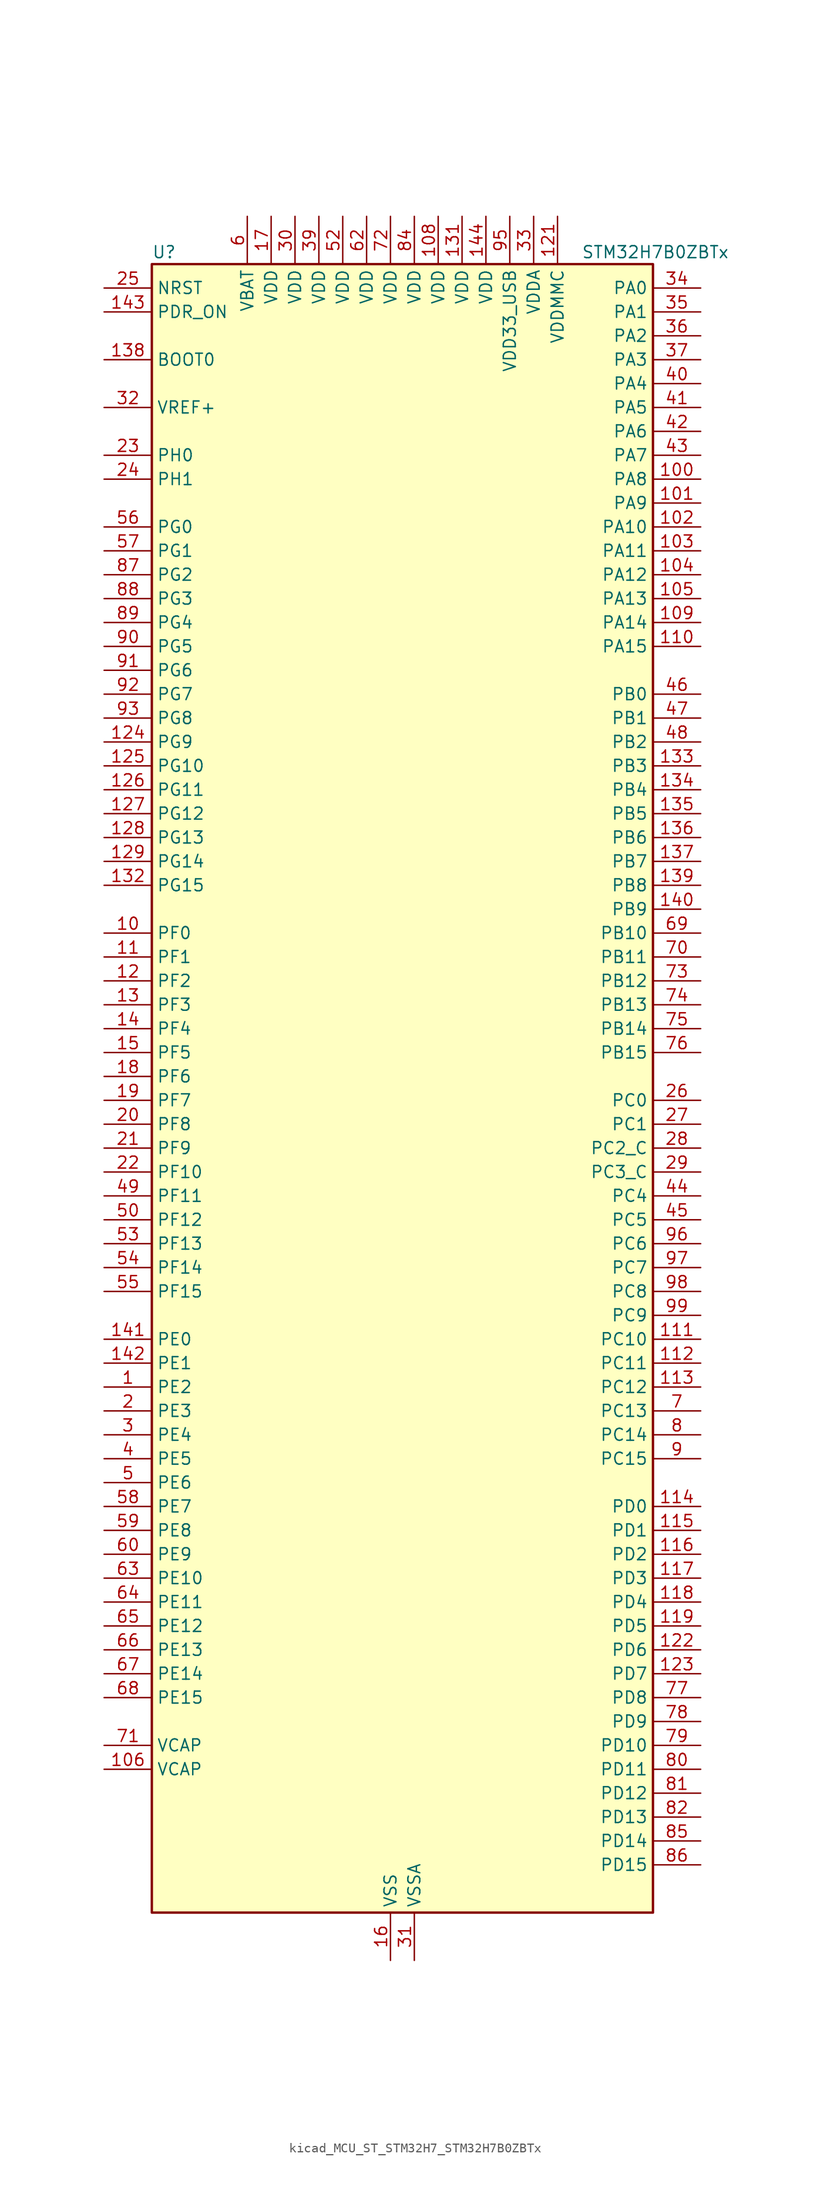
<source format=kicad_sym>
(kicad_symbol_lib
  (version 20220914)
  (generator kicad_symbol_editor)
  (symbol "kicad_MCU_ST_STM32H7_STM32H7B0ZBTx"
    (property "Reference" "U"
      (at -25.4 90.17 0)
      (effects (font (size 1.27 1.27)) (justify left)))
    (property "Value" "STM32H7B0ZBTx"
      (at 20.32 90.17 0)
      (effects (font (size 1.27 1.27)) (justify left)))
    (property "ki_locked" ""
      (at 0 0 0)
      (effects (font (size 1.27 1.27))))
    (symbol "kicad_MCU_ST_STM32H7_STM32H7B0ZBTx_0_1"
      (rectangle (start -25.4 -86.36) (end 27.94 88.9) (stroke (width 0.254) (type default)) (fill (type background))))
    (symbol "kicad_MCU_ST_STM32H7_STM32H7B0ZBTx_1_1"
      (pin bidirectional line (at -30.48 -30.48 0) (length 5.08) (name "PE2" (effects (font (size 1.27 1.27)))) (number "1" (effects (font (size 1.27 1.27)))) (alternate "DEBUG_TRACECLK" bidirectional line) (alternate "FMC_A23" bidirectional line) (alternate "OCTOSPIM_P1_IO2" bidirectional line) (alternate "SAI1_CK1" bidirectional line) (alternate "SAI1_MCLK_A" bidirectional line) (alternate "SPI4_SCK" bidirectional line) (alternate "USART10_RX" bidirectional line))
      (pin bidirectional line (at -30.48 17.78 0) (length 5.08) (name "PF0" (effects (font (size 1.27 1.27)))) (number "10" (effects (font (size 1.27 1.27)))) (alternate "FMC_A0" bidirectional line) (alternate "I2C2_SDA" bidirectional line) (alternate "OCTOSPIM_P2_IO0" bidirectional line))
      (pin bidirectional line (at 33.02 66.04 180) (length 5.08) (name "PA8" (effects (font (size 1.27 1.27)))) (number "100" (effects (font (size 1.27 1.27)))) (alternate "I2C3_SCL" bidirectional line) (alternate "LTDC_B3" bidirectional line) (alternate "LTDC_R6" bidirectional line) (alternate "RCC_MCO_1" bidirectional line) (alternate "TIM1_CH1" bidirectional line) (alternate "TIM8_BKIN2" bidirectional line) (alternate "TIM8_BKIN2_COMP1" bidirectional line) (alternate "TIM8_BKIN2_COMP2" bidirectional line) (alternate "UART7_RX" bidirectional line) (alternate "USART1_CK" bidirectional line) (alternate "USB_OTG_HS_SOF" bidirectional line))
      (pin bidirectional line (at 33.02 63.5 180) (length 5.08) (name "PA9" (effects (font (size 1.27 1.27)))) (number "101" (effects (font (size 1.27 1.27)))) (alternate "DAC1_EXTI9" bidirectional line) (alternate "DCMI_D0" bidirectional line) (alternate "I2C3_SMBA" bidirectional line) (alternate "I2S2_CK" bidirectional line) (alternate "LPUART1_TX" bidirectional line) (alternate "LTDC_R5" bidirectional line) (alternate "PSSI_D0" bidirectional line) (alternate "SPI2_SCK" bidirectional line) (alternate "TIM1_CH2" bidirectional line) (alternate "USART1_TX" bidirectional line) (alternate "USB_OTG_HS_VBUS" bidirectional line))
      (pin bidirectional line (at 33.02 60.96 180) (length 5.08) (name "PA10" (effects (font (size 1.27 1.27)))) (number "102" (effects (font (size 1.27 1.27)))) (alternate "DCMI_D1" bidirectional line) (alternate "LPUART1_RX" bidirectional line) (alternate "LTDC_B1" bidirectional line) (alternate "LTDC_B4" bidirectional line) (alternate "MDIOS_MDIO" bidirectional line) (alternate "PSSI_D1" bidirectional line) (alternate "TIM1_CH3" bidirectional line) (alternate "USART1_RX" bidirectional line) (alternate "USB_OTG_HS_ID" bidirectional line))
      (pin bidirectional line (at 33.02 58.42 180) (length 5.08) (name "PA11" (effects (font (size 1.27 1.27)))) (number "103" (effects (font (size 1.27 1.27)))) (alternate "ADC1_EXTI11" bidirectional line) (alternate "ADC2_EXTI11" bidirectional line) (alternate "FDCAN1_RX" bidirectional line) (alternate "I2S2_WS" bidirectional line) (alternate "LPUART1_CTS" bidirectional line) (alternate "LTDC_R4" bidirectional line) (alternate "SPI2_NSS" bidirectional line) (alternate "TIM1_CH4" bidirectional line) (alternate "UART4_RX" bidirectional line) (alternate "USART1_CTS" bidirectional line) (alternate "USART1_NSS" bidirectional line) (alternate "USB_OTG_HS_DM" bidirectional line))
      (pin bidirectional line (at 33.02 55.88 180) (length 5.08) (name "PA12" (effects (font (size 1.27 1.27)))) (number "104" (effects (font (size 1.27 1.27)))) (alternate "FDCAN1_TX" bidirectional line) (alternate "I2S2_CK" bidirectional line) (alternate "LPUART1_DE" bidirectional line) (alternate "LPUART1_RTS" bidirectional line) (alternate "LTDC_R5" bidirectional line) (alternate "SAI2_FS_B" bidirectional line) (alternate "SPI2_SCK" bidirectional line) (alternate "TIM1_ETR" bidirectional line) (alternate "UART4_TX" bidirectional line) (alternate "USART1_DE" bidirectional line) (alternate "USART1_RTS" bidirectional line) (alternate "USB_OTG_HS_DP" bidirectional line))
      (pin bidirectional line (at 33.02 53.34 180) (length 5.08) (name "PA13" (effects (font (size 1.27 1.27)))) (number "105" (effects (font (size 1.27 1.27)))) (alternate "DEBUG_JTMS-SWDIO" bidirectional line))
      (pin power_out line (at -30.48 -71.12 0) (length 5.08) (name "VCAP" (effects (font (size 1.27 1.27)))) (number "106" (effects (font (size 1.27 1.27)))))
      (pin passive line (at 0 -91.44 90) (length 5.08) hide (name "VSS" (effects (font (size 1.27 1.27)))) (number "107" (effects (font (size 1.27 1.27)))))
      (pin power_in line (at 5.08 93.98 270) (length 5.08) (name "VDD" (effects (font (size 1.27 1.27)))) (number "108" (effects (font (size 1.27 1.27)))))
      (pin bidirectional line (at 33.02 50.8 180) (length 5.08) (name "PA14" (effects (font (size 1.27 1.27)))) (number "109" (effects (font (size 1.27 1.27)))) (alternate "DEBUG_JTCK-SWCLK" bidirectional line))
      (pin bidirectional line (at -30.48 15.24 0) (length 5.08) (name "PF1" (effects (font (size 1.27 1.27)))) (number "11" (effects (font (size 1.27 1.27)))) (alternate "FMC_A1" bidirectional line) (alternate "I2C2_SCL" bidirectional line) (alternate "OCTOSPIM_P2_IO1" bidirectional line))
      (pin bidirectional line (at 33.02 48.26 180) (length 5.08) (name "PA15" (effects (font (size 1.27 1.27)))) (number "110" (effects (font (size 1.27 1.27)))) (alternate "ADC1_EXTI15" bidirectional line) (alternate "ADC2_EXTI15" bidirectional line) (alternate "CEC" bidirectional line) (alternate "DEBUG_JTDI" bidirectional line) (alternate "I2S1_WS" bidirectional line) (alternate "I2S3_WS" bidirectional line) (alternate "I2S6_WS" bidirectional line) (alternate "LTDC_B6" bidirectional line) (alternate "LTDC_R3" bidirectional line) (alternate "SPI1_NSS" bidirectional line) (alternate "SPI3_NSS" bidirectional line) (alternate "SPI6_NSS" bidirectional line) (alternate "TIM2_CH1" bidirectional line) (alternate "TIM2_ETR" bidirectional line) (alternate "UART4_DE" bidirectional line) (alternate "UART4_RTS" bidirectional line) (alternate "UART7_TX" bidirectional line))
      (pin bidirectional line (at 33.02 -25.4 180) (length 5.08) (name "PC10" (effects (font (size 1.27 1.27)))) (number "111" (effects (font (size 1.27 1.27)))) (alternate "DCMI_D8" bidirectional line) (alternate "DFSDM1_CKIN5" bidirectional line) (alternate "DFSDM2_CKIN0" bidirectional line) (alternate "I2S3_CK" bidirectional line) (alternate "LTDC_B1" bidirectional line) (alternate "LTDC_R2" bidirectional line) (alternate "OCTOSPIM_P1_IO1" bidirectional line) (alternate "PSSI_D8" bidirectional line) (alternate "SDMMC1_D2" bidirectional line) (alternate "SPI3_SCK" bidirectional line) (alternate "SWPMI1_RX" bidirectional line) (alternate "UART4_TX" bidirectional line) (alternate "USART3_TX" bidirectional line))
      (pin bidirectional line (at 33.02 -27.94 180) (length 5.08) (name "PC11" (effects (font (size 1.27 1.27)))) (number "112" (effects (font (size 1.27 1.27)))) (alternate "ADC1_EXTI11" bidirectional line) (alternate "ADC2_EXTI11" bidirectional line) (alternate "DCMI_D4" bidirectional line) (alternate "DFSDM1_DATIN5" bidirectional line) (alternate "DFSDM2_DATIN0" bidirectional line) (alternate "I2S3_SDI" bidirectional line) (alternate "LTDC_B4" bidirectional line) (alternate "OCTOSPIM_P1_NCS" bidirectional line) (alternate "PSSI_D4" bidirectional line) (alternate "SDMMC1_D3" bidirectional line) (alternate "SPI3_MISO" bidirectional line) (alternate "UART4_RX" bidirectional line) (alternate "USART3_RX" bidirectional line))
      (pin bidirectional line (at 33.02 -30.48 180) (length 5.08) (name "PC12" (effects (font (size 1.27 1.27)))) (number "113" (effects (font (size 1.27 1.27)))) (alternate "DCMI_D9" bidirectional line) (alternate "DEBUG_TRACED3" bidirectional line) (alternate "DFSDM2_CKOUT" bidirectional line) (alternate "I2S3_SDO" bidirectional line) (alternate "I2S6_CK" bidirectional line) (alternate "LTDC_R6" bidirectional line) (alternate "PSSI_D9" bidirectional line) (alternate "SDMMC1_CK" bidirectional line) (alternate "SPI3_MOSI" bidirectional line) (alternate "SPI6_SCK" bidirectional line) (alternate "TIM15_CH1" bidirectional line) (alternate "UART5_TX" bidirectional line) (alternate "USART3_CK" bidirectional line))
      (pin bidirectional line (at 33.02 -43.18 180) (length 5.08) (name "PD0" (effects (font (size 1.27 1.27)))) (number "114" (effects (font (size 1.27 1.27)))) (alternate "DFSDM1_CKIN6" bidirectional line) (alternate "FDCAN1_RX" bidirectional line) (alternate "FMC_D2" bidirectional line) (alternate "FMC_DA2" bidirectional line) (alternate "LTDC_B1" bidirectional line) (alternate "UART4_RX" bidirectional line) (alternate "UART9_CTS" bidirectional line))
      (pin bidirectional line (at 33.02 -45.72 180) (length 5.08) (name "PD1" (effects (font (size 1.27 1.27)))) (number "115" (effects (font (size 1.27 1.27)))) (alternate "DFSDM1_DATIN6" bidirectional line) (alternate "FDCAN1_TX" bidirectional line) (alternate "FMC_D3" bidirectional line) (alternate "FMC_DA3" bidirectional line) (alternate "UART4_TX" bidirectional line))
      (pin bidirectional line (at 33.02 -48.26 180) (length 5.08) (name "PD2" (effects (font (size 1.27 1.27)))) (number "116" (effects (font (size 1.27 1.27)))) (alternate "DCMI_D11" bidirectional line) (alternate "DEBUG_TRACED2" bidirectional line) (alternate "LTDC_B2" bidirectional line) (alternate "LTDC_B7" bidirectional line) (alternate "PSSI_D11" bidirectional line) (alternate "SDMMC1_CMD" bidirectional line) (alternate "TIM15_BKIN" bidirectional line) (alternate "TIM3_ETR" bidirectional line) (alternate "UART5_RX" bidirectional line))
      (pin bidirectional line (at 33.02 -50.8 180) (length 5.08) (name "PD3" (effects (font (size 1.27 1.27)))) (number "117" (effects (font (size 1.27 1.27)))) (alternate "DCMI_D5" bidirectional line) (alternate "DFSDM1_CKOUT" bidirectional line) (alternate "FMC_CLK" bidirectional line) (alternate "I2S2_CK" bidirectional line) (alternate "LTDC_G7" bidirectional line) (alternate "PSSI_D5" bidirectional line) (alternate "SPI2_SCK" bidirectional line) (alternate "USART2_CTS" bidirectional line) (alternate "USART2_NSS" bidirectional line))
      (pin bidirectional line (at 33.02 -53.34 180) (length 5.08) (name "PD4" (effects (font (size 1.27 1.27)))) (number "118" (effects (font (size 1.27 1.27)))) (alternate "FMC_NOE" bidirectional line) (alternate "OCTOSPIM_P1_IO4" bidirectional line) (alternate "USART2_DE" bidirectional line) (alternate "USART2_RTS" bidirectional line))
      (pin bidirectional line (at 33.02 -55.88 180) (length 5.08) (name "PD5" (effects (font (size 1.27 1.27)))) (number "119" (effects (font (size 1.27 1.27)))) (alternate "FMC_NWE" bidirectional line) (alternate "OCTOSPIM_P1_IO5" bidirectional line) (alternate "USART2_TX" bidirectional line))
      (pin bidirectional line (at -30.48 12.7 0) (length 5.08) (name "PF2" (effects (font (size 1.27 1.27)))) (number "12" (effects (font (size 1.27 1.27)))) (alternate "FMC_A2" bidirectional line) (alternate "I2C2_SMBA" bidirectional line) (alternate "OCTOSPIM_P2_IO2" bidirectional line))
      (pin passive line (at 0 -91.44 90) (length 5.08) hide (name "VSS" (effects (font (size 1.27 1.27)))) (number "120" (effects (font (size 1.27 1.27)))))
      (pin power_in line (at 17.78 93.98 270) (length 5.08) (name "VDDMMC" (effects (font (size 1.27 1.27)))) (number "121" (effects (font (size 1.27 1.27)))))
      (pin bidirectional line (at 33.02 -58.42 180) (length 5.08) (name "PD6" (effects (font (size 1.27 1.27)))) (number "122" (effects (font (size 1.27 1.27)))) (alternate "DCMI_D10" bidirectional line) (alternate "DFSDM1_CKIN4" bidirectional line) (alternate "DFSDM1_DATIN1" bidirectional line) (alternate "FMC_NWAIT" bidirectional line) (alternate "I2S3_SDO" bidirectional line) (alternate "LTDC_B2" bidirectional line) (alternate "OCTOSPIM_P1_IO6" bidirectional line) (alternate "PSSI_D10" bidirectional line) (alternate "SAI1_D1" bidirectional line) (alternate "SAI1_SD_A" bidirectional line) (alternate "SDMMC2_CK" bidirectional line) (alternate "SPI3_MOSI" bidirectional line) (alternate "USART2_RX" bidirectional line))
      (pin bidirectional line (at 33.02 -60.96 180) (length 5.08) (name "PD7" (effects (font (size 1.27 1.27)))) (number "123" (effects (font (size 1.27 1.27)))) (alternate "DFSDM1_CKIN1" bidirectional line) (alternate "DFSDM1_DATIN4" bidirectional line) (alternate "FMC_NE1" bidirectional line) (alternate "I2S1_SDO" bidirectional line) (alternate "OCTOSPIM_P1_IO7" bidirectional line) (alternate "SDMMC2_CMD" bidirectional line) (alternate "SPDIFRX_IN0" bidirectional line) (alternate "SPI1_MOSI" bidirectional line) (alternate "USART2_CK" bidirectional line))
      (pin bidirectional line (at -30.48 38.1 0) (length 5.08) (name "PG9" (effects (font (size 1.27 1.27)))) (number "124" (effects (font (size 1.27 1.27)))) (alternate "DAC1_EXTI9" bidirectional line) (alternate "DCMI_VSYNC" bidirectional line) (alternate "FMC_NCE" bidirectional line) (alternate "FMC_NE2" bidirectional line) (alternate "I2S1_SDI" bidirectional line) (alternate "OCTOSPIM_P1_IO6" bidirectional line) (alternate "PSSI_RDY" bidirectional line) (alternate "SAI2_FS_B" bidirectional line) (alternate "SDMMC2_D0" bidirectional line) (alternate "SPDIFRX_IN3" bidirectional line) (alternate "SPI1_MISO" bidirectional line) (alternate "USART6_RX" bidirectional line))
      (pin bidirectional line (at -30.48 35.56 0) (length 5.08) (name "PG10" (effects (font (size 1.27 1.27)))) (number "125" (effects (font (size 1.27 1.27)))) (alternate "DCMI_D2" bidirectional line) (alternate "FMC_NE3" bidirectional line) (alternate "I2S1_WS" bidirectional line) (alternate "LTDC_B2" bidirectional line) (alternate "LTDC_G3" bidirectional line) (alternate "OCTOSPIM_P2_IO6" bidirectional line) (alternate "PSSI_D2" bidirectional line) (alternate "SAI2_SD_B" bidirectional line) (alternate "SDMMC2_D1" bidirectional line) (alternate "SPI1_NSS" bidirectional line))
      (pin bidirectional line (at -30.48 33.02 0) (length 5.08) (name "PG11" (effects (font (size 1.27 1.27)))) (number "126" (effects (font (size 1.27 1.27)))) (alternate "ADC1_EXTI11" bidirectional line) (alternate "ADC2_EXTI11" bidirectional line) (alternate "DCMI_D3" bidirectional line) (alternate "I2S1_CK" bidirectional line) (alternate "LPTIM1_IN2" bidirectional line) (alternate "LTDC_B3" bidirectional line) (alternate "OCTOSPIM_P2_IO7" bidirectional line) (alternate "PSSI_D3" bidirectional line) (alternate "SDMMC2_D2" bidirectional line) (alternate "SPDIFRX_IN0" bidirectional line) (alternate "SPI1_SCK" bidirectional line) (alternate "USART10_RX" bidirectional line))
      (pin bidirectional line (at -30.48 30.48 0) (length 5.08) (name "PG12" (effects (font (size 1.27 1.27)))) (number "127" (effects (font (size 1.27 1.27)))) (alternate "FMC_NE4" bidirectional line) (alternate "I2S6_SDI" bidirectional line) (alternate "LPTIM1_IN1" bidirectional line) (alternate "LTDC_B1" bidirectional line) (alternate "LTDC_B4" bidirectional line) (alternate "OCTOSPIM_P2_NCS" bidirectional line) (alternate "SDMMC2_D3" bidirectional line) (alternate "SPDIFRX_IN1" bidirectional line) (alternate "SPI6_MISO" bidirectional line) (alternate "USART10_TX" bidirectional line) (alternate "USART6_DE" bidirectional line) (alternate "USART6_RTS" bidirectional line))
      (pin bidirectional line (at -30.48 27.94 0) (length 5.08) (name "PG13" (effects (font (size 1.27 1.27)))) (number "128" (effects (font (size 1.27 1.27)))) (alternate "DEBUG_TRACED0" bidirectional line) (alternate "FMC_A24" bidirectional line) (alternate "I2S6_CK" bidirectional line) (alternate "LPTIM1_OUT" bidirectional line) (alternate "LTDC_R0" bidirectional line) (alternate "SDMMC2_D6" bidirectional line) (alternate "SPI6_SCK" bidirectional line) (alternate "USART10_CTS" bidirectional line) (alternate "USART10_NSS" bidirectional line) (alternate "USART6_CTS" bidirectional line) (alternate "USART6_NSS" bidirectional line))
      (pin bidirectional line (at -30.48 25.4 0) (length 5.08) (name "PG14" (effects (font (size 1.27 1.27)))) (number "129" (effects (font (size 1.27 1.27)))) (alternate "DEBUG_TRACED1" bidirectional line) (alternate "FMC_A25" bidirectional line) (alternate "I2S6_SDO" bidirectional line) (alternate "LPTIM1_ETR" bidirectional line) (alternate "LTDC_B0" bidirectional line) (alternate "OCTOSPIM_P1_IO7" bidirectional line) (alternate "SDMMC2_D7" bidirectional line) (alternate "SPI6_MOSI" bidirectional line) (alternate "USART10_DE" bidirectional line) (alternate "USART10_RTS" bidirectional line) (alternate "USART6_TX" bidirectional line))
      (pin bidirectional line (at -30.48 10.16 0) (length 5.08) (name "PF3" (effects (font (size 1.27 1.27)))) (number "13" (effects (font (size 1.27 1.27)))) (alternate "FMC_A3" bidirectional line) (alternate "OCTOSPIM_P2_IO3" bidirectional line))
      (pin passive line (at 0 -91.44 90) (length 5.08) hide (name "VSS" (effects (font (size 1.27 1.27)))) (number "130" (effects (font (size 1.27 1.27)))))
      (pin power_in line (at 7.62 93.98 270) (length 5.08) (name "VDD" (effects (font (size 1.27 1.27)))) (number "131" (effects (font (size 1.27 1.27)))))
      (pin bidirectional line (at -30.48 22.86 0) (length 5.08) (name "PG15" (effects (font (size 1.27 1.27)))) (number "132" (effects (font (size 1.27 1.27)))) (alternate "ADC1_EXTI15" bidirectional line) (alternate "ADC2_EXTI15" bidirectional line) (alternate "DCMI_D13" bidirectional line) (alternate "FMC_SDNCAS" bidirectional line) (alternate "OCTOSPIM_P2_DQS" bidirectional line) (alternate "PSSI_D13" bidirectional line) (alternate "USART10_CK" bidirectional line) (alternate "USART6_CTS" bidirectional line) (alternate "USART6_NSS" bidirectional line))
      (pin bidirectional line (at 33.02 35.56 180) (length 5.08) (name "PB3" (effects (font (size 1.27 1.27)))) (number "133" (effects (font (size 1.27 1.27)))) (alternate "CRS_SYNC" bidirectional line) (alternate "DEBUG_JTDO-SWO" bidirectional line) (alternate "I2S1_CK" bidirectional line) (alternate "I2S3_CK" bidirectional line) (alternate "I2S6_CK" bidirectional line) (alternate "SDMMC2_D2" bidirectional line) (alternate "SPI1_SCK" bidirectional line) (alternate "SPI3_SCK" bidirectional line) (alternate "SPI6_SCK" bidirectional line) (alternate "TIM2_CH2" bidirectional line) (alternate "UART7_RX" bidirectional line))
      (pin bidirectional line (at 33.02 33.02 180) (length 5.08) (name "PB4" (effects (font (size 1.27 1.27)))) (number "134" (effects (font (size 1.27 1.27)))) (alternate "DEBUG_JTRST" bidirectional line) (alternate "I2S1_SDI" bidirectional line) (alternate "I2S2_WS" bidirectional line) (alternate "I2S3_SDI" bidirectional line) (alternate "I2S6_SDI" bidirectional line) (alternate "SDMMC2_D3" bidirectional line) (alternate "SPI1_MISO" bidirectional line) (alternate "SPI2_NSS" bidirectional line) (alternate "SPI3_MISO" bidirectional line) (alternate "SPI6_MISO" bidirectional line) (alternate "TIM16_BKIN" bidirectional line) (alternate "TIM3_CH1" bidirectional line) (alternate "UART7_TX" bidirectional line))
      (pin bidirectional line (at 33.02 30.48 180) (length 5.08) (name "PB5" (effects (font (size 1.27 1.27)))) (number "135" (effects (font (size 1.27 1.27)))) (alternate "DCMI_D10" bidirectional line) (alternate "FDCAN2_RX" bidirectional line) (alternate "FMC_SDCKE1" bidirectional line) (alternate "I2C1_SMBA" bidirectional line) (alternate "I2C4_SMBA" bidirectional line) (alternate "I2S1_SDO" bidirectional line) (alternate "I2S3_SDO" bidirectional line) (alternate "I2S6_SDO" bidirectional line) (alternate "LTDC_B5" bidirectional line) (alternate "PSSI_D10" bidirectional line) (alternate "SPI1_MOSI" bidirectional line) (alternate "SPI3_MOSI" bidirectional line) (alternate "SPI6_MOSI" bidirectional line) (alternate "TIM17_BKIN" bidirectional line) (alternate "TIM3_CH2" bidirectional line) (alternate "UART5_RX" bidirectional line) (alternate "USB_OTG_HS_ULPI_D7" bidirectional line))
      (pin bidirectional line (at 33.02 27.94 180) (length 5.08) (name "PB6" (effects (font (size 1.27 1.27)))) (number "136" (effects (font (size 1.27 1.27)))) (alternate "CEC" bidirectional line) (alternate "DCMI_D5" bidirectional line) (alternate "DFSDM1_DATIN5" bidirectional line) (alternate "FDCAN2_TX" bidirectional line) (alternate "FMC_SDNE1" bidirectional line) (alternate "I2C1_SCL" bidirectional line) (alternate "I2C4_SCL" bidirectional line) (alternate "LPUART1_TX" bidirectional line) (alternate "OCTOSPIM_P1_NCS" bidirectional line) (alternate "PSSI_D5" bidirectional line) (alternate "TIM16_CH1N" bidirectional line) (alternate "TIM4_CH1" bidirectional line) (alternate "UART5_TX" bidirectional line) (alternate "USART1_TX" bidirectional line))
      (pin bidirectional line (at 33.02 25.4 180) (length 5.08) (name "PB7" (effects (font (size 1.27 1.27)))) (number "137" (effects (font (size 1.27 1.27)))) (alternate "DCMI_VSYNC" bidirectional line) (alternate "DFSDM1_CKIN5" bidirectional line) (alternate "FMC_NL" bidirectional line) (alternate "I2C1_SDA" bidirectional line) (alternate "I2C4_SDA" bidirectional line) (alternate "LPUART1_RX" bidirectional line) (alternate "PSSI_RDY" bidirectional line) (alternate "PWR_PVD_IN" bidirectional line) (alternate "TIM17_CH1N" bidirectional line) (alternate "TIM4_CH2" bidirectional line) (alternate "USART1_RX" bidirectional line))
      (pin input line (at -30.48 78.74 0) (length 5.08) (name "BOOT0" (effects (font (size 1.27 1.27)))) (number "138" (effects (font (size 1.27 1.27)))))
      (pin bidirectional line (at 33.02 22.86 180) (length 5.08) (name "PB8" (effects (font (size 1.27 1.27)))) (number "139" (effects (font (size 1.27 1.27)))) (alternate "DCMI_D6" bidirectional line) (alternate "DFSDM1_CKIN7" bidirectional line) (alternate "FDCAN1_RX" bidirectional line) (alternate "I2C1_SCL" bidirectional line) (alternate "I2C4_SCL" bidirectional line) (alternate "LTDC_B6" bidirectional line) (alternate "PSSI_D6" bidirectional line) (alternate "SDMMC1_CKIN" bidirectional line) (alternate "SDMMC1_D4" bidirectional line) (alternate "SDMMC2_D4" bidirectional line) (alternate "TIM16_CH1" bidirectional line) (alternate "TIM4_CH3" bidirectional line) (alternate "UART4_RX" bidirectional line))
      (pin bidirectional line (at -30.48 7.62 0) (length 5.08) (name "PF4" (effects (font (size 1.27 1.27)))) (number "14" (effects (font (size 1.27 1.27)))) (alternate "FMC_A4" bidirectional line) (alternate "OCTOSPIM_P2_CLK" bidirectional line))
      (pin bidirectional line (at 33.02 20.32 180) (length 5.08) (name "PB9" (effects (font (size 1.27 1.27)))) (number "140" (effects (font (size 1.27 1.27)))) (alternate "DAC1_EXTI9" bidirectional line) (alternate "DCMI_D7" bidirectional line) (alternate "DFSDM1_DATIN7" bidirectional line) (alternate "FDCAN1_TX" bidirectional line) (alternate "I2C1_SDA" bidirectional line) (alternate "I2C4_SDA" bidirectional line) (alternate "I2C4_SMBA" bidirectional line) (alternate "I2S2_WS" bidirectional line) (alternate "LTDC_B7" bidirectional line) (alternate "PSSI_D7" bidirectional line) (alternate "SDMMC1_CDIR" bidirectional line) (alternate "SDMMC1_D5" bidirectional line) (alternate "SDMMC2_D5" bidirectional line) (alternate "SPI2_NSS" bidirectional line) (alternate "TIM17_CH1" bidirectional line) (alternate "TIM4_CH4" bidirectional line) (alternate "UART4_TX" bidirectional line))
      (pin bidirectional line (at -30.48 -25.4 0) (length 5.08) (name "PE0" (effects (font (size 1.27 1.27)))) (number "141" (effects (font (size 1.27 1.27)))) (alternate "DCMI_D2" bidirectional line) (alternate "FMC_NBL0" bidirectional line) (alternate "LPTIM1_ETR" bidirectional line) (alternate "LPTIM2_ETR" bidirectional line) (alternate "LTDC_R0" bidirectional line) (alternate "PSSI_D2" bidirectional line) (alternate "SAI2_MCLK_A" bidirectional line) (alternate "TIM4_ETR" bidirectional line) (alternate "UART8_RX" bidirectional line))
      (pin bidirectional line (at -30.48 -27.94 0) (length 5.08) (name "PE1" (effects (font (size 1.27 1.27)))) (number "142" (effects (font (size 1.27 1.27)))) (alternate "DCMI_D3" bidirectional line) (alternate "FMC_NBL1" bidirectional line) (alternate "LPTIM1_IN2" bidirectional line) (alternate "LTDC_R6" bidirectional line) (alternate "PSSI_D3" bidirectional line) (alternate "UART8_TX" bidirectional line))
      (pin input line (at -30.48 83.82 0) (length 5.08) (name "PDR_ON" (effects (font (size 1.27 1.27)))) (number "143" (effects (font (size 1.27 1.27)))))
      (pin power_in line (at 10.16 93.98 270) (length 5.08) (name "VDD" (effects (font (size 1.27 1.27)))) (number "144" (effects (font (size 1.27 1.27)))))
      (pin bidirectional line (at -30.48 5.08 0) (length 5.08) (name "PF5" (effects (font (size 1.27 1.27)))) (number "15" (effects (font (size 1.27 1.27)))) (alternate "FMC_A5" bidirectional line) (alternate "OCTOSPIM_P2_NCLK" bidirectional line))
      (pin power_in line (at 0 -91.44 90) (length 5.08) (name "VSS" (effects (font (size 1.27 1.27)))) (number "16" (effects (font (size 1.27 1.27)))))
      (pin power_in line (at -12.7 93.98 270) (length 5.08) (name "VDD" (effects (font (size 1.27 1.27)))) (number "17" (effects (font (size 1.27 1.27)))))
      (pin bidirectional line (at -30.48 2.54 0) (length 5.08) (name "PF6" (effects (font (size 1.27 1.27)))) (number "18" (effects (font (size 1.27 1.27)))) (alternate "OCTOSPIM_P1_IO3" bidirectional line) (alternate "SAI1_SD_B" bidirectional line) (alternate "SPI5_NSS" bidirectional line) (alternate "TIM16_CH1" bidirectional line) (alternate "UART7_RX" bidirectional line))
      (pin bidirectional line (at -30.48 0 0) (length 5.08) (name "PF7" (effects (font (size 1.27 1.27)))) (number "19" (effects (font (size 1.27 1.27)))) (alternate "OCTOSPIM_P1_IO2" bidirectional line) (alternate "SAI1_MCLK_B" bidirectional line) (alternate "SPI5_SCK" bidirectional line) (alternate "TIM17_CH1" bidirectional line) (alternate "UART7_TX" bidirectional line))
      (pin bidirectional line (at -30.48 -33.02 0) (length 5.08) (name "PE3" (effects (font (size 1.27 1.27)))) (number "2" (effects (font (size 1.27 1.27)))) (alternate "DEBUG_TRACED0" bidirectional line) (alternate "FMC_A19" bidirectional line) (alternate "SAI1_SD_B" bidirectional line) (alternate "TIM15_BKIN" bidirectional line) (alternate "USART10_TX" bidirectional line))
      (pin bidirectional line (at -30.48 -2.54 0) (length 5.08) (name "PF8" (effects (font (size 1.27 1.27)))) (number "20" (effects (font (size 1.27 1.27)))) (alternate "OCTOSPIM_P1_IO0" bidirectional line) (alternate "SAI1_SCK_B" bidirectional line) (alternate "SPI5_MISO" bidirectional line) (alternate "TIM13_CH1" bidirectional line) (alternate "TIM16_CH1N" bidirectional line) (alternate "UART7_DE" bidirectional line) (alternate "UART7_RTS" bidirectional line))
      (pin bidirectional line (at -30.48 -5.08 0) (length 5.08) (name "PF9" (effects (font (size 1.27 1.27)))) (number "21" (effects (font (size 1.27 1.27)))) (alternate "DAC1_EXTI9" bidirectional line) (alternate "OCTOSPIM_P1_IO1" bidirectional line) (alternate "SAI1_FS_B" bidirectional line) (alternate "SPI5_MOSI" bidirectional line) (alternate "TIM14_CH1" bidirectional line) (alternate "TIM17_CH1N" bidirectional line) (alternate "UART7_CTS" bidirectional line))
      (pin bidirectional line (at -30.48 -7.62 0) (length 5.08) (name "PF10" (effects (font (size 1.27 1.27)))) (number "22" (effects (font (size 1.27 1.27)))) (alternate "DCMI_D11" bidirectional line) (alternate "LTDC_DE" bidirectional line) (alternate "OCTOSPIM_P1_CLK" bidirectional line) (alternate "PSSI_D11" bidirectional line) (alternate "PSSI_D15" bidirectional line) (alternate "SAI1_D3" bidirectional line) (alternate "TIM16_BKIN" bidirectional line))
      (pin bidirectional line (at -30.48 68.58 0) (length 5.08) (name "PH0" (effects (font (size 1.27 1.27)))) (number "23" (effects (font (size 1.27 1.27)))) (alternate "RCC_OSC_IN" bidirectional line))
      (pin bidirectional line (at -30.48 66.04 0) (length 5.08) (name "PH1" (effects (font (size 1.27 1.27)))) (number "24" (effects (font (size 1.27 1.27)))) (alternate "RCC_OSC_OUT" bidirectional line))
      (pin input line (at -30.48 86.36 0) (length 5.08) (name "NRST" (effects (font (size 1.27 1.27)))) (number "25" (effects (font (size 1.27 1.27)))))
      (pin bidirectional line (at 33.02 0 180) (length 5.08) (name "PC0" (effects (font (size 1.27 1.27)))) (number "26" (effects (font (size 1.27 1.27)))) (alternate "ADC1_INP10" bidirectional line) (alternate "ADC2_INP10" bidirectional line) (alternate "DFSDM1_CKIN0" bidirectional line) (alternate "DFSDM1_DATIN4" bidirectional line) (alternate "FMC_A25" bidirectional line) (alternate "FMC_SDNWE" bidirectional line) (alternate "LTDC_G2" bidirectional line) (alternate "LTDC_R5" bidirectional line) (alternate "SAI2_FS_B" bidirectional line) (alternate "USB_OTG_HS_ULPI_STP" bidirectional line))
      (pin bidirectional line (at 33.02 -2.54 180) (length 5.08) (name "PC1" (effects (font (size 1.27 1.27)))) (number "27" (effects (font (size 1.27 1.27)))) (alternate "ADC1_INN10" bidirectional line) (alternate "ADC1_INP11" bidirectional line) (alternate "ADC2_INN10" bidirectional line) (alternate "ADC2_INP11" bidirectional line) (alternate "DEBUG_TRACED0" bidirectional line) (alternate "DFSDM1_CKIN4" bidirectional line) (alternate "DFSDM1_DATIN0" bidirectional line) (alternate "I2S2_SDO" bidirectional line) (alternate "LTDC_G5" bidirectional line) (alternate "MDIOS_MDC" bidirectional line) (alternate "OCTOSPIM_P1_IO4" bidirectional line) (alternate "PWR_WKUP6" bidirectional line) (alternate "RTC_TAMP3" bidirectional line) (alternate "SAI1_D1" bidirectional line) (alternate "SAI1_SD_A" bidirectional line) (alternate "SDMMC2_CK" bidirectional line) (alternate "SPI2_MOSI" bidirectional line))
      (pin bidirectional line (at 33.02 -5.08 180) (length 5.08) (name "PC2_C" (effects (font (size 1.27 1.27)))) (number "28" (effects (font (size 1.27 1.27)))) (alternate "ADC2_INN1" bidirectional line) (alternate "ADC2_INP0" bidirectional line) (alternate "DFSDM1_CKIN1" bidirectional line) (alternate "DFSDM1_CKOUT" bidirectional line) (alternate "FMC_SDNE0" bidirectional line) (alternate "I2S2_SDI" bidirectional line) (alternate "OCTOSPIM_P1_IO2" bidirectional line) (alternate "OCTOSPIM_P1_IO5" bidirectional line) (alternate "PWR_CSTOP" bidirectional line) (alternate "SPI2_MISO" bidirectional line) (alternate "USB_OTG_HS_ULPI_DIR" bidirectional line))
      (pin bidirectional line (at 33.02 -7.62 180) (length 5.08) (name "PC3_C" (effects (font (size 1.27 1.27)))) (number "29" (effects (font (size 1.27 1.27)))) (alternate "ADC2_INP1" bidirectional line) (alternate "DFSDM1_DATIN1" bidirectional line) (alternate "FMC_SDCKE0" bidirectional line) (alternate "I2S2_SDO" bidirectional line) (alternate "OCTOSPIM_P1_IO0" bidirectional line) (alternate "OCTOSPIM_P1_IO6" bidirectional line) (alternate "PWR_CSLEEP" bidirectional line) (alternate "SPI2_MOSI" bidirectional line) (alternate "USB_OTG_HS_ULPI_NXT" bidirectional line))
      (pin bidirectional line (at -30.48 -35.56 0) (length 5.08) (name "PE4" (effects (font (size 1.27 1.27)))) (number "3" (effects (font (size 1.27 1.27)))) (alternate "DCMI_D4" bidirectional line) (alternate "DEBUG_TRACED1" bidirectional line) (alternate "DFSDM1_DATIN3" bidirectional line) (alternate "FMC_A20" bidirectional line) (alternate "LTDC_B0" bidirectional line) (alternate "PSSI_D4" bidirectional line) (alternate "SAI1_D2" bidirectional line) (alternate "SAI1_FS_A" bidirectional line) (alternate "SPI4_NSS" bidirectional line) (alternate "TIM15_CH1N" bidirectional line))
      (pin power_in line (at -10.16 93.98 270) (length 5.08) (name "VDD" (effects (font (size 1.27 1.27)))) (number "30" (effects (font (size 1.27 1.27)))))
      (pin power_in line (at 2.54 -91.44 90) (length 5.08) (name "VSSA" (effects (font (size 1.27 1.27)))) (number "31" (effects (font (size 1.27 1.27)))))
      (pin input line (at -30.48 73.66 0) (length 5.08) (name "VREF+" (effects (font (size 1.27 1.27)))) (number "32" (effects (font (size 1.27 1.27)))) (alternate "VREFBUF_OUT" bidirectional line))
      (pin power_in line (at 15.24 93.98 270) (length 5.08) (name "VDDA" (effects (font (size 1.27 1.27)))) (number "33" (effects (font (size 1.27 1.27)))))
      (pin bidirectional line (at 33.02 86.36 180) (length 5.08) (name "PA0" (effects (font (size 1.27 1.27)))) (number "34" (effects (font (size 1.27 1.27)))) (alternate "ADC1_INP16" bidirectional line) (alternate "I2S6_WS" bidirectional line) (alternate "PWR_WKUP1" bidirectional line) (alternate "SAI2_SD_B" bidirectional line) (alternate "SDMMC2_CMD" bidirectional line) (alternate "SPI6_NSS" bidirectional line) (alternate "TIM15_BKIN" bidirectional line) (alternate "TIM2_CH1" bidirectional line) (alternate "TIM2_ETR" bidirectional line) (alternate "TIM5_CH1" bidirectional line) (alternate "TIM8_ETR" bidirectional line) (alternate "UART4_TX" bidirectional line) (alternate "USART2_CTS" bidirectional line) (alternate "USART2_NSS" bidirectional line))
      (pin bidirectional line (at 33.02 83.82 180) (length 5.08) (name "PA1" (effects (font (size 1.27 1.27)))) (number "35" (effects (font (size 1.27 1.27)))) (alternate "ADC1_INN16" bidirectional line) (alternate "ADC1_INP17" bidirectional line) (alternate "LPTIM3_OUT" bidirectional line) (alternate "LTDC_R2" bidirectional line) (alternate "OCTOSPIM_P1_DQS" bidirectional line) (alternate "OCTOSPIM_P1_IO3" bidirectional line) (alternate "SAI2_MCLK_B" bidirectional line) (alternate "TIM15_CH1N" bidirectional line) (alternate "TIM2_CH2" bidirectional line) (alternate "TIM5_CH2" bidirectional line) (alternate "UART4_RX" bidirectional line) (alternate "USART2_DE" bidirectional line) (alternate "USART2_RTS" bidirectional line))
      (pin bidirectional line (at 33.02 81.28 180) (length 5.08) (name "PA2" (effects (font (size 1.27 1.27)))) (number "36" (effects (font (size 1.27 1.27)))) (alternate "ADC1_INP14" bidirectional line) (alternate "DFSDM2_CKIN1" bidirectional line) (alternate "LTDC_R1" bidirectional line) (alternate "MDIOS_MDIO" bidirectional line) (alternate "PWR_WKUP2" bidirectional line) (alternate "SAI2_SCK_B" bidirectional line) (alternate "TIM15_CH1" bidirectional line) (alternate "TIM2_CH3" bidirectional line) (alternate "TIM5_CH3" bidirectional line) (alternate "USART2_TX" bidirectional line))
      (pin bidirectional line (at 33.02 78.74 180) (length 5.08) (name "PA3" (effects (font (size 1.27 1.27)))) (number "37" (effects (font (size 1.27 1.27)))) (alternate "ADC1_INP15" bidirectional line) (alternate "I2S6_MCK" bidirectional line) (alternate "LTDC_B2" bidirectional line) (alternate "LTDC_B5" bidirectional line) (alternate "OCTOSPIM_P1_CLK" bidirectional line) (alternate "TIM15_CH2" bidirectional line) (alternate "TIM2_CH4" bidirectional line) (alternate "TIM5_CH4" bidirectional line) (alternate "USART2_RX" bidirectional line) (alternate "USB_OTG_HS_ULPI_D0" bidirectional line))
      (pin passive line (at 0 -91.44 90) (length 5.08) hide (name "VSS" (effects (font (size 1.27 1.27)))) (number "38" (effects (font (size 1.27 1.27)))))
      (pin power_in line (at -7.62 93.98 270) (length 5.08) (name "VDD" (effects (font (size 1.27 1.27)))) (number "39" (effects (font (size 1.27 1.27)))))
      (pin bidirectional line (at -30.48 -38.1 0) (length 5.08) (name "PE5" (effects (font (size 1.27 1.27)))) (number "4" (effects (font (size 1.27 1.27)))) (alternate "DCMI_D6" bidirectional line) (alternate "DEBUG_TRACED2" bidirectional line) (alternate "DFSDM1_CKIN3" bidirectional line) (alternate "FMC_A21" bidirectional line) (alternate "LTDC_G0" bidirectional line) (alternate "PSSI_D6" bidirectional line) (alternate "SAI1_CK2" bidirectional line) (alternate "SAI1_SCK_A" bidirectional line) (alternate "SPI4_MISO" bidirectional line) (alternate "TIM15_CH1" bidirectional line))
      (pin bidirectional line (at 33.02 76.2 180) (length 5.08) (name "PA4" (effects (font (size 1.27 1.27)))) (number "40" (effects (font (size 1.27 1.27)))) (alternate "ADC1_INP18" bidirectional line) (alternate "DAC1_OUT1" bidirectional line) (alternate "DCMI_HSYNC" bidirectional line) (alternate "I2S1_WS" bidirectional line) (alternate "I2S3_WS" bidirectional line) (alternate "I2S6_WS" bidirectional line) (alternate "LTDC_VSYNC" bidirectional line) (alternate "PSSI_DE" bidirectional line) (alternate "SPI1_NSS" bidirectional line) (alternate "SPI3_NSS" bidirectional line) (alternate "SPI6_NSS" bidirectional line) (alternate "TIM5_ETR" bidirectional line) (alternate "USART2_CK" bidirectional line))
      (pin bidirectional line (at 33.02 73.66 180) (length 5.08) (name "PA5" (effects (font (size 1.27 1.27)))) (number "41" (effects (font (size 1.27 1.27)))) (alternate "ADC1_INN18" bidirectional line) (alternate "ADC1_INP19" bidirectional line) (alternate "DAC1_OUT2" bidirectional line) (alternate "I2S1_CK" bidirectional line) (alternate "I2S6_CK" bidirectional line) (alternate "LTDC_R4" bidirectional line) (alternate "PSSI_D14" bidirectional line) (alternate "PWR_NDSTOP2" bidirectional line) (alternate "SPI1_SCK" bidirectional line) (alternate "SPI6_SCK" bidirectional line) (alternate "TIM2_CH1" bidirectional line) (alternate "TIM2_ETR" bidirectional line) (alternate "TIM8_CH1N" bidirectional line) (alternate "USB_OTG_HS_ULPI_CK" bidirectional line))
      (pin bidirectional line (at 33.02 71.12 180) (length 5.08) (name "PA6" (effects (font (size 1.27 1.27)))) (number "42" (effects (font (size 1.27 1.27)))) (alternate "ADC1_INP3" bidirectional line) (alternate "ADC2_INP3" bidirectional line) (alternate "DAC2_OUT1" bidirectional line) (alternate "DCMI_PIXCLK" bidirectional line) (alternate "I2S1_SDI" bidirectional line) (alternate "I2S6_SDI" bidirectional line) (alternate "LTDC_G2" bidirectional line) (alternate "MDIOS_MDC" bidirectional line) (alternate "OCTOSPIM_P1_IO3" bidirectional line) (alternate "PSSI_PDCK" bidirectional line) (alternate "SPI1_MISO" bidirectional line) (alternate "SPI6_MISO" bidirectional line) (alternate "TIM13_CH1" bidirectional line) (alternate "TIM1_BKIN" bidirectional line) (alternate "TIM1_BKIN_COMP1" bidirectional line) (alternate "TIM1_BKIN_COMP2" bidirectional line) (alternate "TIM3_CH1" bidirectional line) (alternate "TIM8_BKIN" bidirectional line) (alternate "TIM8_BKIN_COMP1" bidirectional line) (alternate "TIM8_BKIN_COMP2" bidirectional line))
      (pin bidirectional line (at 33.02 68.58 180) (length 5.08) (name "PA7" (effects (font (size 1.27 1.27)))) (number "43" (effects (font (size 1.27 1.27)))) (alternate "ADC1_INN3" bidirectional line) (alternate "ADC1_INP7" bidirectional line) (alternate "ADC2_INN3" bidirectional line) (alternate "ADC2_INP7" bidirectional line) (alternate "DFSDM2_DATIN1" bidirectional line) (alternate "FMC_SDNWE" bidirectional line) (alternate "I2S1_SDO" bidirectional line) (alternate "I2S6_SDO" bidirectional line) (alternate "LTDC_VSYNC" bidirectional line) (alternate "OCTOSPIM_P1_IO2" bidirectional line) (alternate "OPAMP1_VINM" bidirectional line) (alternate "SPI1_MOSI" bidirectional line) (alternate "SPI6_MOSI" bidirectional line) (alternate "TIM14_CH1" bidirectional line) (alternate "TIM1_CH1N" bidirectional line) (alternate "TIM3_CH2" bidirectional line) (alternate "TIM8_CH1N" bidirectional line))
      (pin bidirectional line (at 33.02 -10.16 180) (length 5.08) (name "PC4" (effects (font (size 1.27 1.27)))) (number "44" (effects (font (size 1.27 1.27)))) (alternate "ADC1_INP4" bidirectional line) (alternate "ADC2_INP4" bidirectional line) (alternate "COMP1_INM" bidirectional line) (alternate "DFSDM1_CKIN2" bidirectional line) (alternate "FMC_SDNE0" bidirectional line) (alternate "I2S1_MCK" bidirectional line) (alternate "LTDC_R7" bidirectional line) (alternate "OPAMP1_VOUT" bidirectional line) (alternate "SPDIFRX_IN2" bidirectional line))
      (pin bidirectional line (at 33.02 -12.7 180) (length 5.08) (name "PC5" (effects (font (size 1.27 1.27)))) (number "45" (effects (font (size 1.27 1.27)))) (alternate "ADC1_INN4" bidirectional line) (alternate "ADC1_INP8" bidirectional line) (alternate "ADC2_INN4" bidirectional line) (alternate "ADC2_INP8" bidirectional line) (alternate "COMP1_OUT" bidirectional line) (alternate "DFSDM1_DATIN2" bidirectional line) (alternate "FMC_SDCKE0" bidirectional line) (alternate "LTDC_DE" bidirectional line) (alternate "OCTOSPIM_P1_DQS" bidirectional line) (alternate "OPAMP1_VINM" bidirectional line) (alternate "PSSI_D15" bidirectional line) (alternate "SAI1_D3" bidirectional line) (alternate "SPDIFRX_IN3" bidirectional line))
      (pin bidirectional line (at 33.02 43.18 180) (length 5.08) (name "PB0" (effects (font (size 1.27 1.27)))) (number "46" (effects (font (size 1.27 1.27)))) (alternate "ADC1_INN5" bidirectional line) (alternate "ADC1_INP9" bidirectional line) (alternate "ADC2_INN5" bidirectional line) (alternate "ADC2_INP9" bidirectional line) (alternate "COMP1_INP" bidirectional line) (alternate "DFSDM1_CKOUT" bidirectional line) (alternate "DFSDM2_CKOUT" bidirectional line) (alternate "LTDC_G1" bidirectional line) (alternate "LTDC_R3" bidirectional line) (alternate "OCTOSPIM_P1_IO1" bidirectional line) (alternate "OPAMP1_VINP" bidirectional line) (alternate "TIM1_CH2N" bidirectional line) (alternate "TIM3_CH3" bidirectional line) (alternate "TIM8_CH2N" bidirectional line) (alternate "UART4_CTS" bidirectional line) (alternate "USB_OTG_HS_ULPI_D1" bidirectional line))
      (pin bidirectional line (at 33.02 40.64 180) (length 5.08) (name "PB1" (effects (font (size 1.27 1.27)))) (number "47" (effects (font (size 1.27 1.27)))) (alternate "ADC1_INP5" bidirectional line) (alternate "ADC2_INP5" bidirectional line) (alternate "COMP1_INM" bidirectional line) (alternate "DFSDM1_DATIN1" bidirectional line) (alternate "LTDC_G0" bidirectional line) (alternate "LTDC_R6" bidirectional line) (alternate "OCTOSPIM_P1_IO0" bidirectional line) (alternate "TIM1_CH3N" bidirectional line) (alternate "TIM3_CH4" bidirectional line) (alternate "TIM8_CH3N" bidirectional line) (alternate "USB_OTG_HS_ULPI_D2" bidirectional line))
      (pin bidirectional line (at 33.02 38.1 180) (length 5.08) (name "PB2" (effects (font (size 1.27 1.27)))) (number "48" (effects (font (size 1.27 1.27)))) (alternate "COMP1_INP" bidirectional line) (alternate "DFSDM1_CKIN1" bidirectional line) (alternate "I2S3_SDO" bidirectional line) (alternate "OCTOSPIM_P1_CLK" bidirectional line) (alternate "OCTOSPIM_P1_DQS" bidirectional line) (alternate "RTC_OUT_ALARM" bidirectional line) (alternate "RTC_OUT_CALIB" bidirectional line) (alternate "SAI1_D1" bidirectional line) (alternate "SAI1_SD_A" bidirectional line) (alternate "SPI3_MOSI" bidirectional line))
      (pin bidirectional line (at -30.48 -10.16 0) (length 5.08) (name "PF11" (effects (font (size 1.27 1.27)))) (number "49" (effects (font (size 1.27 1.27)))) (alternate "ADC1_EXTI11" bidirectional line) (alternate "ADC1_INP2" bidirectional line) (alternate "ADC2_EXTI11" bidirectional line) (alternate "DCMI_D12" bidirectional line) (alternate "FMC_SDNRAS" bidirectional line) (alternate "OCTOSPIM_P1_NCLK" bidirectional line) (alternate "PSSI_D12" bidirectional line) (alternate "SAI2_SD_B" bidirectional line) (alternate "SPI5_MOSI" bidirectional line))
      (pin bidirectional line (at -30.48 -40.64 0) (length 5.08) (name "PE6" (effects (font (size 1.27 1.27)))) (number "5" (effects (font (size 1.27 1.27)))) (alternate "DCMI_D7" bidirectional line) (alternate "DEBUG_TRACED3" bidirectional line) (alternate "FMC_A22" bidirectional line) (alternate "LTDC_G1" bidirectional line) (alternate "PSSI_D7" bidirectional line) (alternate "SAI1_D1" bidirectional line) (alternate "SAI1_SD_A" bidirectional line) (alternate "SAI2_MCLK_B" bidirectional line) (alternate "SPI4_MOSI" bidirectional line) (alternate "TIM15_CH2" bidirectional line) (alternate "TIM1_BKIN2" bidirectional line) (alternate "TIM1_BKIN2_COMP1" bidirectional line) (alternate "TIM1_BKIN2_COMP2" bidirectional line))
      (pin bidirectional line (at -30.48 -12.7 0) (length 5.08) (name "PF12" (effects (font (size 1.27 1.27)))) (number "50" (effects (font (size 1.27 1.27)))) (alternate "ADC1_INN2" bidirectional line) (alternate "ADC1_INP6" bidirectional line) (alternate "FMC_A6" bidirectional line) (alternate "OCTOSPIM_P2_DQS" bidirectional line))
      (pin passive line (at 0 -91.44 90) (length 5.08) hide (name "VSS" (effects (font (size 1.27 1.27)))) (number "51" (effects (font (size 1.27 1.27)))))
      (pin power_in line (at -5.08 93.98 270) (length 5.08) (name "VDD" (effects (font (size 1.27 1.27)))) (number "52" (effects (font (size 1.27 1.27)))))
      (pin bidirectional line (at -30.48 -15.24 0) (length 5.08) (name "PF13" (effects (font (size 1.27 1.27)))) (number "53" (effects (font (size 1.27 1.27)))) (alternate "ADC2_INP2" bidirectional line) (alternate "DFSDM1_DATIN6" bidirectional line) (alternate "FMC_A7" bidirectional line) (alternate "I2C4_SMBA" bidirectional line))
      (pin bidirectional line (at -30.48 -17.78 0) (length 5.08) (name "PF14" (effects (font (size 1.27 1.27)))) (number "54" (effects (font (size 1.27 1.27)))) (alternate "ADC2_INN2" bidirectional line) (alternate "ADC2_INP6" bidirectional line) (alternate "DFSDM1_CKIN6" bidirectional line) (alternate "FMC_A8" bidirectional line) (alternate "I2C4_SCL" bidirectional line))
      (pin bidirectional line (at -30.48 -20.32 0) (length 5.08) (name "PF15" (effects (font (size 1.27 1.27)))) (number "55" (effects (font (size 1.27 1.27)))) (alternate "ADC1_EXTI15" bidirectional line) (alternate "ADC2_EXTI15" bidirectional line) (alternate "FMC_A9" bidirectional line) (alternate "I2C4_SDA" bidirectional line))
      (pin bidirectional line (at -30.48 60.96 0) (length 5.08) (name "PG0" (effects (font (size 1.27 1.27)))) (number "56" (effects (font (size 1.27 1.27)))) (alternate "FMC_A10" bidirectional line) (alternate "OCTOSPIM_P2_IO4" bidirectional line) (alternate "UART9_RX" bidirectional line))
      (pin bidirectional line (at -30.48 58.42 0) (length 5.08) (name "PG1" (effects (font (size 1.27 1.27)))) (number "57" (effects (font (size 1.27 1.27)))) (alternate "FMC_A11" bidirectional line) (alternate "OCTOSPIM_P2_IO5" bidirectional line) (alternate "OPAMP2_VINM" bidirectional line) (alternate "UART9_TX" bidirectional line))
      (pin bidirectional line (at -30.48 -43.18 0) (length 5.08) (name "PE7" (effects (font (size 1.27 1.27)))) (number "58" (effects (font (size 1.27 1.27)))) (alternate "COMP2_INM" bidirectional line) (alternate "DFSDM1_DATIN2" bidirectional line) (alternate "FMC_D4" bidirectional line) (alternate "FMC_DA4" bidirectional line) (alternate "OCTOSPIM_P1_IO4" bidirectional line) (alternate "OPAMP2_VOUT" bidirectional line) (alternate "TIM1_ETR" bidirectional line) (alternate "UART7_RX" bidirectional line))
      (pin bidirectional line (at -30.48 -45.72 0) (length 5.08) (name "PE8" (effects (font (size 1.27 1.27)))) (number "59" (effects (font (size 1.27 1.27)))) (alternate "COMP2_OUT" bidirectional line) (alternate "DFSDM1_CKIN2" bidirectional line) (alternate "FMC_D5" bidirectional line) (alternate "FMC_DA5" bidirectional line) (alternate "OCTOSPIM_P1_IO5" bidirectional line) (alternate "OPAMP2_VINM" bidirectional line) (alternate "TIM1_CH1N" bidirectional line) (alternate "UART7_TX" bidirectional line))
      (pin power_in line (at -15.24 93.98 270) (length 5.08) (name "VBAT" (effects (font (size 1.27 1.27)))) (number "6" (effects (font (size 1.27 1.27)))))
      (pin bidirectional line (at -30.48 -48.26 0) (length 5.08) (name "PE9" (effects (font (size 1.27 1.27)))) (number "60" (effects (font (size 1.27 1.27)))) (alternate "COMP2_INP" bidirectional line) (alternate "DAC1_EXTI9" bidirectional line) (alternate "DFSDM1_CKOUT" bidirectional line) (alternate "FMC_D6" bidirectional line) (alternate "FMC_DA6" bidirectional line) (alternate "OCTOSPIM_P1_IO6" bidirectional line) (alternate "OPAMP2_VINP" bidirectional line) (alternate "TIM1_CH1" bidirectional line) (alternate "UART7_DE" bidirectional line) (alternate "UART7_RTS" bidirectional line))
      (pin passive line (at 0 -91.44 90) (length 5.08) hide (name "VSS" (effects (font (size 1.27 1.27)))) (number "61" (effects (font (size 1.27 1.27)))))
      (pin power_in line (at -2.54 93.98 270) (length 5.08) (name "VDD" (effects (font (size 1.27 1.27)))) (number "62" (effects (font (size 1.27 1.27)))))
      (pin bidirectional line (at -30.48 -50.8 0) (length 5.08) (name "PE10" (effects (font (size 1.27 1.27)))) (number "63" (effects (font (size 1.27 1.27)))) (alternate "COMP2_INM" bidirectional line) (alternate "DFSDM1_DATIN4" bidirectional line) (alternate "FMC_D7" bidirectional line) (alternate "FMC_DA7" bidirectional line) (alternate "OCTOSPIM_P1_IO7" bidirectional line) (alternate "TIM1_CH2N" bidirectional line) (alternate "UART7_CTS" bidirectional line))
      (pin bidirectional line (at -30.48 -53.34 0) (length 5.08) (name "PE11" (effects (font (size 1.27 1.27)))) (number "64" (effects (font (size 1.27 1.27)))) (alternate "ADC1_EXTI11" bidirectional line) (alternate "ADC2_EXTI11" bidirectional line) (alternate "COMP2_INP" bidirectional line) (alternate "DFSDM1_CKIN4" bidirectional line) (alternate "FMC_D8" bidirectional line) (alternate "FMC_DA8" bidirectional line) (alternate "LTDC_G3" bidirectional line) (alternate "OCTOSPIM_P1_NCS" bidirectional line) (alternate "SAI2_SD_B" bidirectional line) (alternate "SPI4_NSS" bidirectional line) (alternate "TIM1_CH2" bidirectional line))
      (pin bidirectional line (at -30.48 -55.88 0) (length 5.08) (name "PE12" (effects (font (size 1.27 1.27)))) (number "65" (effects (font (size 1.27 1.27)))) (alternate "COMP1_OUT" bidirectional line) (alternate "DFSDM1_DATIN5" bidirectional line) (alternate "FMC_D9" bidirectional line) (alternate "FMC_DA9" bidirectional line) (alternate "LTDC_B4" bidirectional line) (alternate "SAI2_SCK_B" bidirectional line) (alternate "SPI4_SCK" bidirectional line) (alternate "TIM1_CH3N" bidirectional line))
      (pin bidirectional line (at -30.48 -58.42 0) (length 5.08) (name "PE13" (effects (font (size 1.27 1.27)))) (number "66" (effects (font (size 1.27 1.27)))) (alternate "COMP2_OUT" bidirectional line) (alternate "DFSDM1_CKIN5" bidirectional line) (alternate "FMC_D10" bidirectional line) (alternate "FMC_DA10" bidirectional line) (alternate "LTDC_DE" bidirectional line) (alternate "SAI2_FS_B" bidirectional line) (alternate "SPI4_MISO" bidirectional line) (alternate "TIM1_CH3" bidirectional line))
      (pin bidirectional line (at -30.48 -60.96 0) (length 5.08) (name "PE14" (effects (font (size 1.27 1.27)))) (number "67" (effects (font (size 1.27 1.27)))) (alternate "FMC_D11" bidirectional line) (alternate "FMC_DA11" bidirectional line) (alternate "LTDC_CLK" bidirectional line) (alternate "SAI2_MCLK_B" bidirectional line) (alternate "SPI4_MOSI" bidirectional line) (alternate "TIM1_CH4" bidirectional line))
      (pin bidirectional line (at -30.48 -63.5 0) (length 5.08) (name "PE15" (effects (font (size 1.27 1.27)))) (number "68" (effects (font (size 1.27 1.27)))) (alternate "ADC1_EXTI15" bidirectional line) (alternate "ADC2_EXTI15" bidirectional line) (alternate "FMC_D12" bidirectional line) (alternate "FMC_DA12" bidirectional line) (alternate "LTDC_R7" bidirectional line) (alternate "TIM1_BKIN" bidirectional line) (alternate "TIM1_BKIN_COMP1" bidirectional line) (alternate "TIM1_BKIN_COMP2" bidirectional line) (alternate "USART10_CK" bidirectional line))
      (pin bidirectional line (at 33.02 17.78 180) (length 5.08) (name "PB10" (effects (font (size 1.27 1.27)))) (number "69" (effects (font (size 1.27 1.27)))) (alternate "DFSDM1_DATIN7" bidirectional line) (alternate "I2C2_SCL" bidirectional line) (alternate "I2S2_CK" bidirectional line) (alternate "LPTIM2_IN1" bidirectional line) (alternate "LTDC_G4" bidirectional line) (alternate "OCTOSPIM_P1_NCS" bidirectional line) (alternate "SPI2_SCK" bidirectional line) (alternate "TIM2_CH3" bidirectional line) (alternate "USART3_TX" bidirectional line) (alternate "USB_OTG_HS_ULPI_D3" bidirectional line))
      (pin bidirectional line (at 33.02 -33.02 180) (length 5.08) (name "PC13" (effects (font (size 1.27 1.27)))) (number "7" (effects (font (size 1.27 1.27)))) (alternate "PWR_WKUP4" bidirectional line) (alternate "RTC_OUT_ALARM" bidirectional line) (alternate "RTC_OUT_CALIB" bidirectional line) (alternate "RTC_TAMP1" bidirectional line) (alternate "RTC_TS" bidirectional line))
      (pin bidirectional line (at 33.02 15.24 180) (length 5.08) (name "PB11" (effects (font (size 1.27 1.27)))) (number "70" (effects (font (size 1.27 1.27)))) (alternate "ADC1_EXTI11" bidirectional line) (alternate "ADC2_EXTI11" bidirectional line) (alternate "DFSDM1_CKIN7" bidirectional line) (alternate "I2C2_SDA" bidirectional line) (alternate "LPTIM2_ETR" bidirectional line) (alternate "LTDC_G5" bidirectional line) (alternate "TIM2_CH4" bidirectional line) (alternate "USART3_RX" bidirectional line) (alternate "USB_OTG_HS_ULPI_D4" bidirectional line))
      (pin power_out line (at -30.48 -68.58 0) (length 5.08) (name "VCAP" (effects (font (size 1.27 1.27)))) (number "71" (effects (font (size 1.27 1.27)))))
      (pin power_in line (at 0 93.98 270) (length 5.08) (name "VDD" (effects (font (size 1.27 1.27)))) (number "72" (effects (font (size 1.27 1.27)))))
      (pin bidirectional line (at 33.02 12.7 180) (length 5.08) (name "PB12" (effects (font (size 1.27 1.27)))) (number "73" (effects (font (size 1.27 1.27)))) (alternate "DFSDM1_DATIN1" bidirectional line) (alternate "DFSDM2_DATIN1" bidirectional line) (alternate "FDCAN2_RX" bidirectional line) (alternate "I2C2_SMBA" bidirectional line) (alternate "I2S2_WS" bidirectional line) (alternate "OCTOSPIM_P1_NCLK" bidirectional line) (alternate "SPI2_NSS" bidirectional line) (alternate "TIM1_BKIN" bidirectional line) (alternate "TIM1_BKIN_COMP1" bidirectional line) (alternate "TIM1_BKIN_COMP2" bidirectional line) (alternate "UART5_RX" bidirectional line) (alternate "USART3_CK" bidirectional line) (alternate "USB_OTG_HS_ULPI_D5" bidirectional line))
      (pin bidirectional line (at 33.02 10.16 180) (length 5.08) (name "PB13" (effects (font (size 1.27 1.27)))) (number "74" (effects (font (size 1.27 1.27)))) (alternate "DCMI_D2" bidirectional line) (alternate "DFSDM1_CKIN1" bidirectional line) (alternate "DFSDM2_CKIN1" bidirectional line) (alternate "FDCAN2_TX" bidirectional line) (alternate "I2S2_CK" bidirectional line) (alternate "LPTIM2_OUT" bidirectional line) (alternate "PSSI_D2" bidirectional line) (alternate "SDMMC1_D0" bidirectional line) (alternate "SPI2_SCK" bidirectional line) (alternate "TIM1_CH1N" bidirectional line) (alternate "UART5_TX" bidirectional line) (alternate "USART3_CTS" bidirectional line) (alternate "USART3_NSS" bidirectional line) (alternate "USB_OTG_HS_ULPI_D6" bidirectional line))
      (pin bidirectional line (at 33.02 7.62 180) (length 5.08) (name "PB14" (effects (font (size 1.27 1.27)))) (number "75" (effects (font (size 1.27 1.27)))) (alternate "DFSDM1_DATIN2" bidirectional line) (alternate "I2S2_SDI" bidirectional line) (alternate "LTDC_CLK" bidirectional line) (alternate "SDMMC2_D0" bidirectional line) (alternate "SPI2_MISO" bidirectional line) (alternate "TIM12_CH1" bidirectional line) (alternate "TIM1_CH2N" bidirectional line) (alternate "TIM8_CH2N" bidirectional line) (alternate "UART4_DE" bidirectional line) (alternate "UART4_RTS" bidirectional line) (alternate "USART1_TX" bidirectional line) (alternate "USART3_DE" bidirectional line) (alternate "USART3_RTS" bidirectional line))
      (pin bidirectional line (at 33.02 5.08 180) (length 5.08) (name "PB15" (effects (font (size 1.27 1.27)))) (number "76" (effects (font (size 1.27 1.27)))) (alternate "ADC1_EXTI15" bidirectional line) (alternate "ADC2_EXTI15" bidirectional line) (alternate "DFSDM1_CKIN2" bidirectional line) (alternate "I2S2_SDO" bidirectional line) (alternate "LTDC_G7" bidirectional line) (alternate "RTC_REFIN" bidirectional line) (alternate "SDMMC2_D1" bidirectional line) (alternate "SPI2_MOSI" bidirectional line) (alternate "TIM12_CH2" bidirectional line) (alternate "TIM1_CH3N" bidirectional line) (alternate "TIM8_CH3N" bidirectional line) (alternate "UART4_CTS" bidirectional line) (alternate "USART1_RX" bidirectional line))
      (pin bidirectional line (at 33.02 -63.5 180) (length 5.08) (name "PD8" (effects (font (size 1.27 1.27)))) (number "77" (effects (font (size 1.27 1.27)))) (alternate "DFSDM1_CKIN3" bidirectional line) (alternate "FMC_D13" bidirectional line) (alternate "FMC_DA13" bidirectional line) (alternate "SPDIFRX_IN1" bidirectional line) (alternate "USART3_TX" bidirectional line))
      (pin bidirectional line (at 33.02 -66.04 180) (length 5.08) (name "PD9" (effects (font (size 1.27 1.27)))) (number "78" (effects (font (size 1.27 1.27)))) (alternate "DAC1_EXTI9" bidirectional line) (alternate "DFSDM1_DATIN3" bidirectional line) (alternate "FMC_D14" bidirectional line) (alternate "FMC_DA14" bidirectional line) (alternate "USART3_RX" bidirectional line))
      (pin bidirectional line (at 33.02 -68.58 180) (length 5.08) (name "PD10" (effects (font (size 1.27 1.27)))) (number "79" (effects (font (size 1.27 1.27)))) (alternate "DFSDM1_CKOUT" bidirectional line) (alternate "DFSDM2_CKOUT" bidirectional line) (alternate "FMC_D15" bidirectional line) (alternate "FMC_DA15" bidirectional line) (alternate "LTDC_B3" bidirectional line) (alternate "USART3_CK" bidirectional line))
      (pin bidirectional line (at 33.02 -35.56 180) (length 5.08) (name "PC14" (effects (font (size 1.27 1.27)))) (number "8" (effects (font (size 1.27 1.27)))) (alternate "RCC_OSC32_IN" bidirectional line))
      (pin bidirectional line (at 33.02 -71.12 180) (length 5.08) (name "PD11" (effects (font (size 1.27 1.27)))) (number "80" (effects (font (size 1.27 1.27)))) (alternate "ADC1_EXTI11" bidirectional line) (alternate "ADC2_EXTI11" bidirectional line) (alternate "FMC_A16" bidirectional line) (alternate "FMC_CLE" bidirectional line) (alternate "I2C4_SMBA" bidirectional line) (alternate "LPTIM2_IN2" bidirectional line) (alternate "OCTOSPIM_P1_IO0" bidirectional line) (alternate "SAI2_SD_A" bidirectional line) (alternate "USART3_CTS" bidirectional line) (alternate "USART3_NSS" bidirectional line))
      (pin bidirectional line (at 33.02 -73.66 180) (length 5.08) (name "PD12" (effects (font (size 1.27 1.27)))) (number "81" (effects (font (size 1.27 1.27)))) (alternate "DCMI_D12" bidirectional line) (alternate "FMC_A17" bidirectional line) (alternate "FMC_ALE" bidirectional line) (alternate "I2C4_SCL" bidirectional line) (alternate "LPTIM1_IN1" bidirectional line) (alternate "LPTIM2_IN1" bidirectional line) (alternate "OCTOSPIM_P1_IO1" bidirectional line) (alternate "PSSI_D12" bidirectional line) (alternate "SAI2_FS_A" bidirectional line) (alternate "TIM4_CH1" bidirectional line) (alternate "USART3_DE" bidirectional line) (alternate "USART3_RTS" bidirectional line))
      (pin bidirectional line (at 33.02 -76.2 180) (length 5.08) (name "PD13" (effects (font (size 1.27 1.27)))) (number "82" (effects (font (size 1.27 1.27)))) (alternate "DCMI_D13" bidirectional line) (alternate "FMC_A18" bidirectional line) (alternate "I2C4_SDA" bidirectional line) (alternate "LPTIM1_OUT" bidirectional line) (alternate "OCTOSPIM_P1_IO3" bidirectional line) (alternate "PSSI_D13" bidirectional line) (alternate "SAI2_SCK_A" bidirectional line) (alternate "TIM4_CH2" bidirectional line) (alternate "UART9_DE" bidirectional line) (alternate "UART9_RTS" bidirectional line))
      (pin passive line (at 0 -91.44 90) (length 5.08) hide (name "VSS" (effects (font (size 1.27 1.27)))) (number "83" (effects (font (size 1.27 1.27)))))
      (pin power_in line (at 2.54 93.98 270) (length 5.08) (name "VDD" (effects (font (size 1.27 1.27)))) (number "84" (effects (font (size 1.27 1.27)))))
      (pin bidirectional line (at 33.02 -78.74 180) (length 5.08) (name "PD14" (effects (font (size 1.27 1.27)))) (number "85" (effects (font (size 1.27 1.27)))) (alternate "FMC_D0" bidirectional line) (alternate "FMC_DA0" bidirectional line) (alternate "TIM4_CH3" bidirectional line) (alternate "UART8_CTS" bidirectional line) (alternate "UART9_RX" bidirectional line))
      (pin bidirectional line (at 33.02 -81.28 180) (length 5.08) (name "PD15" (effects (font (size 1.27 1.27)))) (number "86" (effects (font (size 1.27 1.27)))) (alternate "ADC1_EXTI15" bidirectional line) (alternate "ADC2_EXTI15" bidirectional line) (alternate "FMC_D1" bidirectional line) (alternate "FMC_DA1" bidirectional line) (alternate "TIM4_CH4" bidirectional line) (alternate "UART8_DE" bidirectional line) (alternate "UART8_RTS" bidirectional line) (alternate "UART9_TX" bidirectional line))
      (pin bidirectional line (at -30.48 55.88 0) (length 5.08) (name "PG2" (effects (font (size 1.27 1.27)))) (number "87" (effects (font (size 1.27 1.27)))) (alternate "FMC_A12" bidirectional line) (alternate "TIM8_BKIN" bidirectional line) (alternate "TIM8_BKIN_COMP1" bidirectional line) (alternate "TIM8_BKIN_COMP2" bidirectional line))
      (pin bidirectional line (at -30.48 53.34 0) (length 5.08) (name "PG3" (effects (font (size 1.27 1.27)))) (number "88" (effects (font (size 1.27 1.27)))) (alternate "FMC_A13" bidirectional line) (alternate "TIM8_BKIN2" bidirectional line) (alternate "TIM8_BKIN2_COMP1" bidirectional line) (alternate "TIM8_BKIN2_COMP2" bidirectional line))
      (pin bidirectional line (at -30.48 50.8 0) (length 5.08) (name "PG4" (effects (font (size 1.27 1.27)))) (number "89" (effects (font (size 1.27 1.27)))) (alternate "FMC_A14" bidirectional line) (alternate "FMC_BA0" bidirectional line) (alternate "TIM1_BKIN2" bidirectional line) (alternate "TIM1_BKIN2_COMP1" bidirectional line) (alternate "TIM1_BKIN2_COMP2" bidirectional line))
      (pin bidirectional line (at 33.02 -38.1 180) (length 5.08) (name "PC15" (effects (font (size 1.27 1.27)))) (number "9" (effects (font (size 1.27 1.27)))) (alternate "ADC1_EXTI15" bidirectional line) (alternate "ADC2_EXTI15" bidirectional line) (alternate "RCC_OSC32_OUT" bidirectional line))
      (pin bidirectional line (at -30.48 48.26 0) (length 5.08) (name "PG5" (effects (font (size 1.27 1.27)))) (number "90" (effects (font (size 1.27 1.27)))) (alternate "FMC_A15" bidirectional line) (alternate "FMC_BA1" bidirectional line) (alternate "TIM1_ETR" bidirectional line))
      (pin bidirectional line (at -30.48 45.72 0) (length 5.08) (name "PG6" (effects (font (size 1.27 1.27)))) (number "91" (effects (font (size 1.27 1.27)))) (alternate "DCMI_D12" bidirectional line) (alternate "FMC_NE3" bidirectional line) (alternate "LTDC_R7" bidirectional line) (alternate "OCTOSPIM_P1_NCS" bidirectional line) (alternate "PSSI_D12" bidirectional line) (alternate "TIM17_BKIN" bidirectional line))
      (pin bidirectional line (at -30.48 43.18 0) (length 5.08) (name "PG7" (effects (font (size 1.27 1.27)))) (number "92" (effects (font (size 1.27 1.27)))) (alternate "DCMI_D13" bidirectional line) (alternate "FMC_INT" bidirectional line) (alternate "LTDC_CLK" bidirectional line) (alternate "OCTOSPIM_P2_DQS" bidirectional line) (alternate "PSSI_D13" bidirectional line) (alternate "SAI1_MCLK_A" bidirectional line) (alternate "USART6_CK" bidirectional line))
      (pin bidirectional line (at -30.48 40.64 0) (length 5.08) (name "PG8" (effects (font (size 1.27 1.27)))) (number "93" (effects (font (size 1.27 1.27)))) (alternate "FMC_SDCLK" bidirectional line) (alternate "I2S6_WS" bidirectional line) (alternate "LTDC_G7" bidirectional line) (alternate "SPDIFRX_IN2" bidirectional line) (alternate "SPI6_NSS" bidirectional line) (alternate "TIM8_ETR" bidirectional line) (alternate "USART6_DE" bidirectional line) (alternate "USART6_RTS" bidirectional line))
      (pin passive line (at 0 -91.44 90) (length 5.08) hide (name "VSS" (effects (font (size 1.27 1.27)))) (number "94" (effects (font (size 1.27 1.27)))))
      (pin power_in line (at 12.7 93.98 270) (length 5.08) (name "VDD33_USB" (effects (font (size 1.27 1.27)))) (number "95" (effects (font (size 1.27 1.27)))))
      (pin bidirectional line (at 33.02 -15.24 180) (length 5.08) (name "PC6" (effects (font (size 1.27 1.27)))) (number "96" (effects (font (size 1.27 1.27)))) (alternate "DCMI_D0" bidirectional line) (alternate "DFSDM1_CKIN3" bidirectional line) (alternate "FMC_NWAIT" bidirectional line) (alternate "I2S2_MCK" bidirectional line) (alternate "LTDC_HSYNC" bidirectional line) (alternate "PSSI_D0" bidirectional line) (alternate "SDMMC1_D0DIR" bidirectional line) (alternate "SDMMC1_D6" bidirectional line) (alternate "SDMMC2_D6" bidirectional line) (alternate "SWPMI1_IO" bidirectional line) (alternate "TIM3_CH1" bidirectional line) (alternate "TIM8_CH1" bidirectional line) (alternate "USART6_TX" bidirectional line))
      (pin bidirectional line (at 33.02 -17.78 180) (length 5.08) (name "PC7" (effects (font (size 1.27 1.27)))) (number "97" (effects (font (size 1.27 1.27)))) (alternate "DCMI_D1" bidirectional line) (alternate "DEBUG_TRGIO" bidirectional line) (alternate "DFSDM1_DATIN3" bidirectional line) (alternate "FMC_NE1" bidirectional line) (alternate "I2S3_MCK" bidirectional line) (alternate "LTDC_G6" bidirectional line) (alternate "PSSI_D1" bidirectional line) (alternate "SDMMC1_D123DIR" bidirectional line) (alternate "SDMMC1_D7" bidirectional line) (alternate "SDMMC2_D7" bidirectional line) (alternate "SWPMI1_TX" bidirectional line) (alternate "TIM3_CH2" bidirectional line) (alternate "TIM8_CH2" bidirectional line) (alternate "USART6_RX" bidirectional line))
      (pin bidirectional line (at 33.02 -20.32 180) (length 5.08) (name "PC8" (effects (font (size 1.27 1.27)))) (number "98" (effects (font (size 1.27 1.27)))) (alternate "DCMI_D2" bidirectional line) (alternate "DEBUG_TRACED1" bidirectional line) (alternate "FMC_INT" bidirectional line) (alternate "FMC_NCE" bidirectional line) (alternate "FMC_NE2" bidirectional line) (alternate "PSSI_D2" bidirectional line) (alternate "SDMMC1_D0" bidirectional line) (alternate "SWPMI1_RX" bidirectional line) (alternate "TIM3_CH3" bidirectional line) (alternate "TIM8_CH3" bidirectional line) (alternate "UART5_DE" bidirectional line) (alternate "UART5_RTS" bidirectional line) (alternate "USART6_CK" bidirectional line))
      (pin bidirectional line (at 33.02 -22.86 180) (length 5.08) (name "PC9" (effects (font (size 1.27 1.27)))) (number "99" (effects (font (size 1.27 1.27)))) (alternate "DAC1_EXTI9" bidirectional line) (alternate "DCMI_D3" bidirectional line) (alternate "I2C3_SDA" bidirectional line) (alternate "I2S_CKIN" bidirectional line) (alternate "LTDC_B2" bidirectional line) (alternate "LTDC_G3" bidirectional line) (alternate "OCTOSPIM_P1_IO0" bidirectional line) (alternate "PSSI_D3" bidirectional line) (alternate "RCC_MCO_2" bidirectional line) (alternate "SDMMC1_D1" bidirectional line) (alternate "SWPMI1_SUSPEND" bidirectional line) (alternate "TIM3_CH4" bidirectional line) (alternate "TIM8_CH4" bidirectional line) (alternate "UART5_CTS" bidirectional line)))))
</source>
